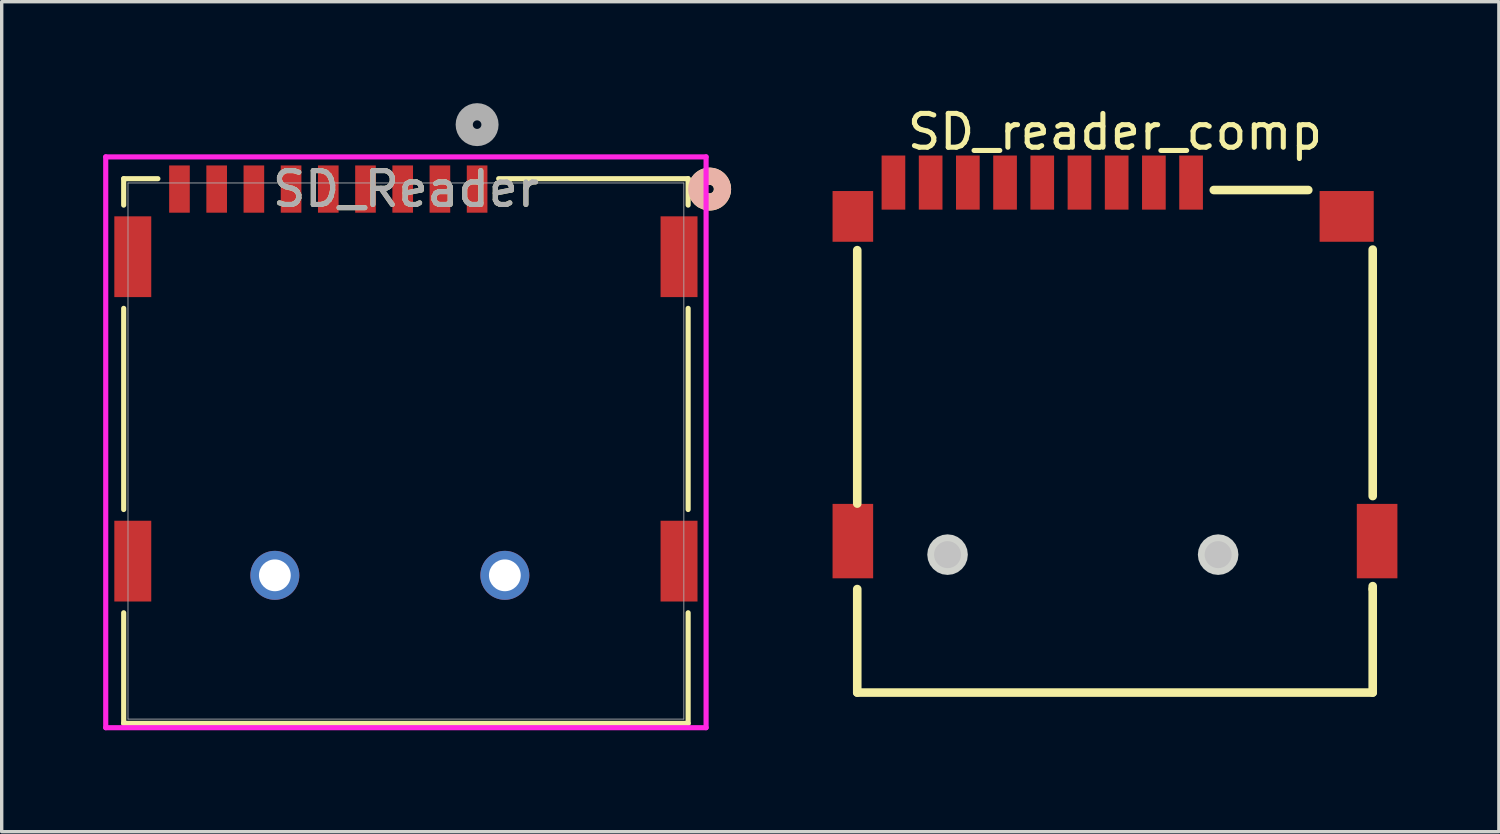
<source format=kicad_pcb>
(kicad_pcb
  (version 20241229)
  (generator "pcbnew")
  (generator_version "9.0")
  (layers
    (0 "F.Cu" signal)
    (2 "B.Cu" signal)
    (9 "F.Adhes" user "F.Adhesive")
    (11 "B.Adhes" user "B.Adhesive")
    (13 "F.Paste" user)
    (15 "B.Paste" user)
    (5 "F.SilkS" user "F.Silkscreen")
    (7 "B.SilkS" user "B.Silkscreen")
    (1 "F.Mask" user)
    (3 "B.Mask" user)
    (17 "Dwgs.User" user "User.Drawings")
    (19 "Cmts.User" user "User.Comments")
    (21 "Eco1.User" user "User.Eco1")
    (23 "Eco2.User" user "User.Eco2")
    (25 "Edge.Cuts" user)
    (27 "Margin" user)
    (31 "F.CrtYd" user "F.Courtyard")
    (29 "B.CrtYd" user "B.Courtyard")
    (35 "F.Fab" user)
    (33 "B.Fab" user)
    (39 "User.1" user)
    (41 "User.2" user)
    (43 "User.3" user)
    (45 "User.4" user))
  (footprint "SD_Reader"
    (layer "F.Cu")
    (at 8.951 10.285)
    (property "Reference" "SD_Reader" (at 0 -7.745 0) (unlocked yes) (layer "F.SilkS") (effects (font (size 1 1) (thickness 0.15))))
    (attr smd)
    (fp_line (start -8.344 -8.052) (end -8.344 -7.271) (stroke (width 0.152) (type solid)) (layer "F.SilkS"))
    (fp_line (start -8.344 -4.218) (end -8.344 1.729) (stroke (width 0.152) (type solid)) (layer "F.SilkS"))
    (fp_line (start -8.344 4.782) (end -8.344 8.052) (stroke (width 0.152) (type solid)) (layer "F.SilkS"))
    (fp_line (start -8.344 8.052) (end 8.344 8.052) (stroke (width 0.152) (type solid)) (layer "F.SilkS"))
    (fp_line (start -7.333 -8.052) (end -8.344 -8.052) (stroke (width 0.152) (type solid)) (layer "F.SilkS"))
    (fp_line (start 8.344 -8.052) (end 2.743 -8.052) (stroke (width 0.152) (type solid)) (layer "F.SilkS"))
    (fp_line (start 8.344 -7.271) (end 8.344 -8.052) (stroke (width 0.152) (type solid)) (layer "F.SilkS"))
    (fp_line (start 8.344 1.729) (end 8.344 -4.218) (stroke (width 0.152) (type solid)) (layer "F.SilkS"))
    (fp_line (start 8.344 8.052) (end 8.344 4.782) (stroke (width 0.152) (type solid)) (layer "F.SilkS"))
    (fp_arc (start 8.767855 -7.427592) (mid 8.798966 -8.080634) (end 9.3599 -7.7448) (stroke (width 0.508) (type solid)) (layer "F.SilkS"))
    (fp_arc (start 9.3599 -7.7448) (mid 9.212871 -7.444103) (end 8.885261 -7.375486) (stroke (width 0.508) (type solid)) (layer "F.SilkS"))
    (fp_circle (center 8.979 -7.745) (end 9.36 -7.745) (stroke (width 0.508) (type solid)) (fill no) (layer "B.SilkS"))
    (fp_line (start -8.875 -8.697) (end -8.875 8.179) (stroke (width 0.152) (type solid)) (layer "F.CrtYd"))
    (fp_line (start -8.875 8.179) (end 8.875 8.179) (stroke (width 0.152) (type solid)) (layer "F.CrtYd"))
    (fp_line (start 8.875 -8.697) (end -8.875 -8.697) (stroke (width 0.152) (type solid)) (layer "F.CrtYd"))
    (fp_line (start 8.875 8.179) (end 8.875 -8.697) (stroke (width 0.152) (type solid)) (layer "F.CrtYd"))
    (fp_line (start -8.217 -7.925) (end -8.217 7.925) (stroke (width 0.025) (type solid)) (layer "F.Fab"))
    (fp_line (start -8.217 7.925) (end 8.217 7.925) (stroke (width 0.025) (type solid)) (layer "F.Fab"))
    (fp_line (start 8.217 -7.925) (end -8.217 -7.925) (stroke (width 0.025) (type solid)) (layer "F.Fab"))
    (fp_line (start 8.217 7.925) (end 8.217 -7.925) (stroke (width 0.025) (type solid)) (layer "F.Fab"))
    (fp_circle (center 2.105 -9.65) (end 2.486 -9.65) (stroke (width 0.508) (type solid)) (fill no) (layer "F.Fab"))
    (fp_text user "${REFERENCE}" (at 0 -7.745 0) (unlocked yes) (layer "F.Fab") (effects (font (size 1 1) (thickness 0.15))))
    (pad "10" smd rect (at -8.075 -5.745) (size 1.092 2.388) (layers "F.Cu" "F.Mask" "F.Paste"))
    (pad "11" smd rect (at 8.075 -5.745) (size 1.092 2.388) (layers "F.Cu" "F.Mask" "F.Paste"))
    (pad "12" smd rect (at -8.075 3.255) (size 1.092 2.388) (layers "F.Cu" "F.Mask" "F.Paste"))
    (pad "13" smd rect (at 8.075 3.255) (size 1.092 2.388) (layers "F.Cu" "F.Mask" "F.Paste"))
    (pad "14" thru_hole circle (at -3.875 3.675) (size 1.448 1.448) (drill 0.94) (layers "*.Cu" "*.Mask"))
    (pad "15" thru_hole circle (at 2.925 3.675) (size 1.448 1.448) (drill 0.94) (layers "*.Cu" "*.Mask"))
    (pad "P1" smd rect (at 2.105 -7.745) (size 0.61 1.397) (layers "F.Cu" "F.Mask" "F.Paste"))
    (pad "P2" smd rect (at 1.005 -7.745) (size 0.61 1.397) (layers "F.Cu" "F.Mask" "F.Paste"))
    (pad "P3" smd rect (at -0.095 -7.745) (size 0.61 1.397) (layers "F.Cu" "F.Mask" "F.Paste"))
    (pad "P4" smd rect (at -1.195 -7.745) (size 0.61 1.397) (layers "F.Cu" "F.Mask" "F.Paste"))
    (pad "P5" smd rect (at -2.295 -7.745) (size 0.61 1.397) (layers "F.Cu" "F.Mask" "F.Paste"))
    (pad "P6" smd rect (at -3.395 -7.745) (size 0.61 1.397) (layers "F.Cu" "F.Mask" "F.Paste"))
    (pad "P7" smd rect (at -4.495 -7.745) (size 0.61 1.397) (layers "F.Cu" "F.Mask" "F.Paste"))
    (pad "P8" smd rect (at -5.595 -7.745) (size 0.61 1.397) (layers "F.Cu" "F.Mask" "F.Paste"))
    (pad "P9" smd rect (at -6.695 -7.745) (size 0.61 1.397) (layers "F.Cu" "F.Mask" "F.Paste")))
  (footprint "SD_reader_comp"
    (layer "F.Cu")
    (at 29.915 7.648)
    (property "Reference" "SD_reader_comp" (at 0 -6.8 0) (layer "F.SilkS") (effects (font (size 1 1) (thickness 0.15))))
    (fp_line (start -7.62 -3.302) (end -7.62 4.191) (stroke (width 0.254) (type default)) (layer "F.SilkS"))
    (fp_line (start -7.62 6.718) (end -7.62 9.778) (stroke (width 0.254) (type default)) (layer "F.SilkS"))
    (fp_line (start -7.62 9.778) (end 7.62 9.778) (stroke (width 0.254) (type default)) (layer "F.SilkS"))
    (fp_line (start 2.921 -5.08) (end 5.715 -5.08) (stroke (width 0.254) (type default)) (layer "F.SilkS"))
    (fp_line (start 7.62 3.969) (end 7.62 -3.319) (stroke (width 0.254) (type default)) (layer "F.SilkS"))
    (fp_line (start 7.62 6.718) (end 7.62 6.631) (stroke (width 0.254) (type default)) (layer "F.SilkS"))
    (fp_line (start 7.62 9.778) (end 7.62 6.718) (stroke (width 0.254) (type default)) (layer "F.SilkS"))
    (fp_circle (center -4.95 5.7) (end -4.75 5.7) (stroke (width 0.4) (type default)) (fill no) (layer "Dwgs.User"))
    (fp_circle (center 3.05 5.7) (end 3.25 5.7) (stroke (width 0.4) (type default)) (fill no) (layer "Dwgs.User"))
    (fp_poly (pts (xy -4.35 5.7) (xy -4.37 5.545) (xy -4.43 5.4) (xy -4.526 5.276) (xy -4.65 5.18) (xy -4.795 5.12) (xy -4.95 5.1) (xy -5.105 5.12) (xy -5.25 5.18) (xy -5.374 5.276) (xy -5.47 5.4) (xy -5.53 5.545) (xy -5.55 5.7) (xy -5.53 5.855) (xy -5.47 6) (xy -5.374 6.124) (xy -5.25 6.22) (xy -5.105 6.28) (xy -4.95 6.3) (xy -4.795 6.28) (xy -4.65 6.22) (xy -4.526 6.124) (xy -4.43 6) (xy -4.37 5.855)) (stroke (width 0) (type default)) (fill yes) (layer "Edge.Cuts"))
    (fp_poly (pts (xy 3.65 5.7) (xy 3.63 5.545) (xy 3.57 5.4) (xy 3.474 5.276) (xy 3.35 5.18) (xy 3.205 5.12) (xy 3.05 5.1) (xy 2.895 5.12) (xy 2.75 5.18) (xy 2.626 5.276) (xy 2.53 5.4) (xy 2.47 5.545) (xy 2.45 5.7) (xy 2.47 5.855) (xy 2.53 6) (xy 2.626 6.124) (xy 2.75 6.22) (xy 2.895 6.28) (xy 3.05 6.3) (xy 3.205 6.28) (xy 3.35 6.22) (xy 3.474 6.124) (xy 3.57 6) (xy 3.63 5.855)) (stroke (width 0) (type default)) (fill yes) (layer "Edge.Cuts"))
    (fp_poly (pts (xy -8.069 -4.817) (xy -7.37 -4.817) (xy -7.37 -3.817) (xy -8.069 -3.817)) (stroke (width 0.1) (type default)) (fill no) (layer "User.1"))
    (fp_poly (pts (xy -8.069 4.482) (xy -7.37 4.482) (xy -7.37 6.082) (xy -8.069 6.082)) (stroke (width 0.1) (type default)) (fill no) (layer "User.1"))
    (fp_poly (pts (xy -6.7 -5.518) (xy -6.4 -5.518) (xy -6.4 -4.768) (xy -6.7 -4.768)) (stroke (width 0.1) (type default)) (fill no) (layer "User.1"))
    (fp_poly (pts (xy -5.6 -5.518) (xy -5.3 -5.518) (xy -5.3 -4.768) (xy -5.6 -4.768)) (stroke (width 0.1) (type default)) (fill no) (layer "User.1"))
    (fp_poly (pts (xy -4.5 -5.518) (xy -4.2 -5.518) (xy -4.2 -4.768) (xy -4.5 -4.768)) (stroke (width 0.1) (type default)) (fill no) (layer "User.1"))
    (fp_poly (pts (xy -3.4 -5.518) (xy -3.1 -5.518) (xy -3.1 -4.768) (xy -3.4 -4.768)) (stroke (width 0.1) (type default)) (fill no) (layer "User.1"))
    (fp_poly (pts (xy -2.3 -5.518) (xy -2 -5.518) (xy -2 -4.768) (xy -2.3 -4.768)) (stroke (width 0.1) (type default)) (fill no) (layer "User.1"))
    (fp_poly (pts (xy -1.2 -5.518) (xy -0.9 -5.518) (xy -0.9 -4.768) (xy -1.2 -4.768)) (stroke (width 0.1) (type default)) (fill no) (layer "User.1"))
    (fp_poly (pts (xy -0.1 -5.518) (xy 0.2 -5.518) (xy 0.2 -4.768) (xy -0.1 -4.768)) (stroke (width 0.1) (type default)) (fill no) (layer "User.1"))
    (fp_poly (pts (xy 1 -5.518) (xy 1.3 -5.518) (xy 1.3 -4.768) (xy 1 -4.768)) (stroke (width 0.1) (type default)) (fill no) (layer "User.1"))
    (fp_poly (pts (xy 2.1 -5.518) (xy 2.4 -5.518) (xy 2.4 -4.768) (xy 2.1 -4.768)) (stroke (width 0.1) (type default)) (fill no) (layer "User.1"))
    (fp_poly (pts (xy 6.479 -3.817) (xy 6.479 -4.817) (xy 7.179 -4.817) (xy 7.179 -3.817)) (stroke (width 0.1) (type default)) (fill no) (layer "User.1"))
    (fp_poly (pts (xy 7.37 4.482) (xy 8.069 4.482) (xy 8.069 6.082) (xy 7.37 6.082)) (stroke (width 0.1) (type default)) (fill no) (layer "User.1"))
    (fp_line (start -7.375 -4.816) (end 7.375 -4.816) (stroke (width 0.051) (type default)) (layer "User.2"))
    (fp_line (start -7.375 9.684) (end -7.375 -4.816) (stroke (width 0.051) (type default)) (layer "User.2"))
    (fp_line (start 7.375 -4.816) (end 7.375 9.684) (stroke (width 0.051) (type default)) (layer "User.2"))
    (fp_line (start 7.375 9.684) (end -7.375 9.684) (stroke (width 0.051) (type default)) (layer "User.2"))
    (fp_poly (pts (xy 8.13 -5.518) (xy 8.112 -5.56) (xy 8.069 -5.577) (xy 8.027 -5.56) (xy 8.009 -5.518) (xy 8.027 -5.475) (xy 8.069 -5.457) (xy 8.112 -5.475)) (stroke (width 0.1) (type default)) (fill no) (layer "User.3"))
    (pad "1" smd rect (at 2.25 -5.3) (size 0.7 1.6) (layers "F.Cu" "F.Mask" "F.Paste"))
    (pad "2" smd rect (at 1.15 -5.3) (size 0.7 1.6) (layers "F.Cu" "F.Mask" "F.Paste"))
    (pad "3" smd rect (at 0.05 -5.3) (size 0.7 1.6) (layers "F.Cu" "F.Mask" "F.Paste"))
    (pad "4" smd rect (at -1.05 -5.3) (size 0.7 1.6) (layers "F.Cu" "F.Mask" "F.Paste"))
    (pad "5" smd rect (at -2.15 -5.3) (size 0.7 1.6) (layers "F.Cu" "F.Mask" "F.Paste"))
    (pad "6" smd rect (at -3.25 -5.3) (size 0.7 1.6) (layers "F.Cu" "F.Mask" "F.Paste"))
    (pad "7" smd rect (at -4.35 -5.3) (size 0.7 1.6) (layers "F.Cu" "F.Mask" "F.Paste"))
    (pad "8" smd rect (at -5.45 -5.3) (size 0.7 1.6) (layers "F.Cu" "F.Mask" "F.Paste"))
    (pad "9" smd rect (at -6.55 -5.3) (size 0.7 1.6) (layers "F.Cu" "F.Mask" "F.Paste"))
    (pad "10" smd rect (at -7.75 -4.3) (size 1.2 1.5) (layers "F.Cu" "F.Mask" "F.Paste"))
    (pad "11" smd rect (at -7.75 5.3) (size 1.2 2.2) (layers "F.Cu" "F.Mask" "F.Paste"))
    (pad "12" smd rect (at 6.85 -4.3) (size 1.6 1.5) (layers "F.Cu" "F.Mask" "F.Paste"))
    (pad "13" smd rect (at 7.75 5.3) (size 1.2 2.2) (layers "F.Cu" "F.Mask" "F.Paste")))
  (gr_rect
    (start -3 -3)
    (end 41.265 21.54)
    (stroke (width 0.1) (type default))
    (fill no)
    (layer "Edge.Cuts")))
</source>
